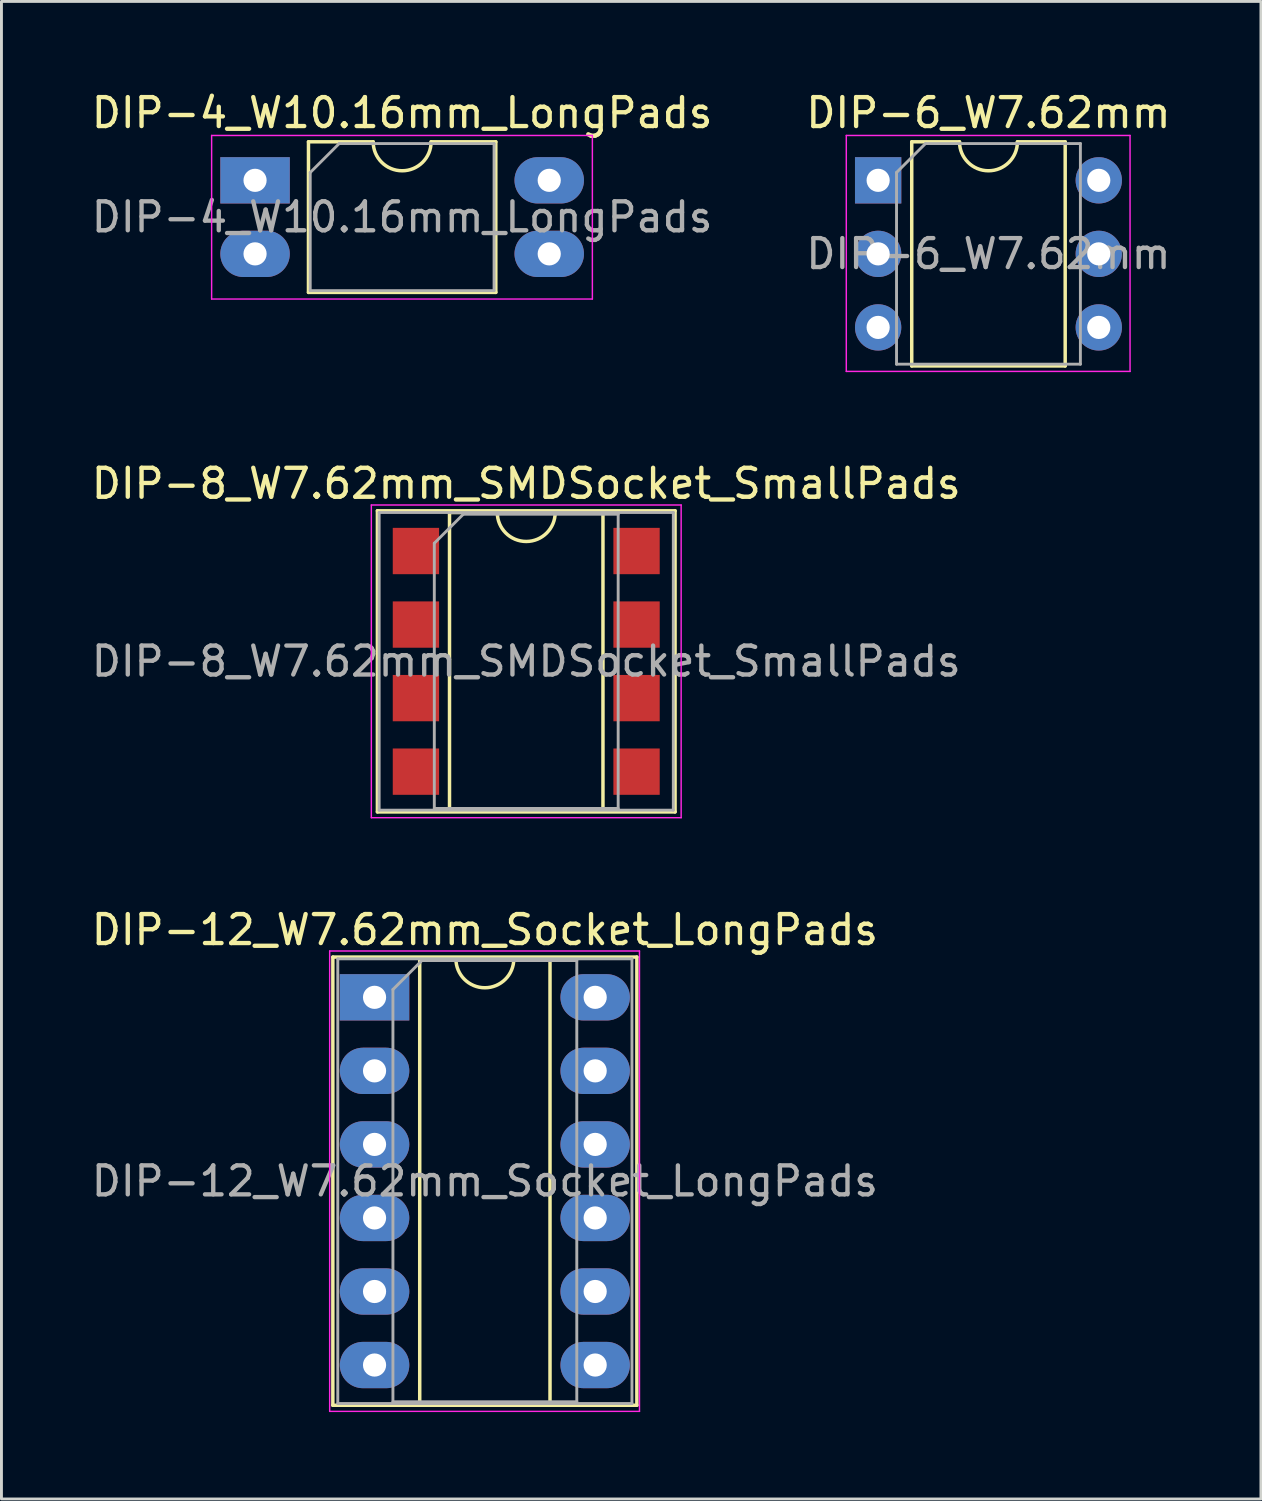
<source format=kicad_pcb>
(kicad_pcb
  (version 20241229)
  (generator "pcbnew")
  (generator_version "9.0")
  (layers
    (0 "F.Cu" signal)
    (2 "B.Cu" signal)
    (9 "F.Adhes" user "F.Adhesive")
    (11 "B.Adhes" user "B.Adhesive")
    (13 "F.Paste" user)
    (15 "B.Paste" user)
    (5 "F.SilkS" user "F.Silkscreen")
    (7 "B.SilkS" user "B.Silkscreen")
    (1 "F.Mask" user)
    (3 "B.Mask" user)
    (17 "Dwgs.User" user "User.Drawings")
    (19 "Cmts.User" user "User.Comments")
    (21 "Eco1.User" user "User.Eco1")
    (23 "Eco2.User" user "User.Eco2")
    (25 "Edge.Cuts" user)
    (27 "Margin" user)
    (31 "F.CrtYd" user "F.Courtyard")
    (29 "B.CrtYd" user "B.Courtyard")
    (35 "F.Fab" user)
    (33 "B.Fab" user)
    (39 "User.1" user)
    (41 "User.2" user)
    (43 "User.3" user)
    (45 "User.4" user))
  (footprint "DIP-4_W10.16mm_LongPads"
    (layer "F.Cu")
    (at 5.759 3.178)
    (property "Reference" "DIP-4_W10.16mm_LongPads" (at 5.08 -2.33 0) (layer "F.SilkS") (effects (font (size 1 1) (thickness 0.15))))
    (attr through_hole)
    (fp_line (start 1.845 -1.33) (end 1.845 3.87) (stroke (width 0.12) (type solid)) (layer "F.SilkS"))
    (fp_line (start 1.845 3.87) (end 8.315 3.87) (stroke (width 0.12) (type solid)) (layer "F.SilkS"))
    (fp_line (start 4.08 -1.33) (end 1.845 -1.33) (stroke (width 0.12) (type solid)) (layer "F.SilkS"))
    (fp_line (start 8.315 -1.33) (end 6.08 -1.33) (stroke (width 0.12) (type solid)) (layer "F.SilkS"))
    (fp_line (start 8.315 3.87) (end 8.315 -1.33) (stroke (width 0.12) (type solid)) (layer "F.SilkS"))
    (fp_arc (start 6.08 -1.33) (mid 5.08 -0.33) (end 4.08 -1.33) (stroke (width 0.12) (type solid)) (layer "F.SilkS"))
    (fp_line (start -1.5 -1.55) (end -1.5 4.1) (stroke (width 0.05) (type solid)) (layer "F.CrtYd"))
    (fp_line (start -1.5 4.1) (end 11.65 4.1) (stroke (width 0.05) (type solid)) (layer "F.CrtYd"))
    (fp_line (start 11.65 -1.55) (end -1.5 -1.55) (stroke (width 0.05) (type solid)) (layer "F.CrtYd"))
    (fp_line (start 11.65 4.1) (end 11.65 -1.55) (stroke (width 0.05) (type solid)) (layer "F.CrtYd"))
    (fp_line (start 1.905 -0.27) (end 2.905 -1.27) (stroke (width 0.1) (type solid)) (layer "F.Fab"))
    (fp_line (start 1.905 3.81) (end 1.905 -0.27) (stroke (width 0.1) (type solid)) (layer "F.Fab"))
    (fp_line (start 2.905 -1.27) (end 8.255 -1.27) (stroke (width 0.1) (type solid)) (layer "F.Fab"))
    (fp_line (start 8.255 -1.27) (end 8.255 3.81) (stroke (width 0.1) (type solid)) (layer "F.Fab"))
    (fp_line (start 8.255 3.81) (end 1.905 3.81) (stroke (width 0.1) (type solid)) (layer "F.Fab"))
    (fp_text user "${REFERENCE}" (at 5.08 1.27 0) (layer "F.Fab") (effects (font (size 1 1) (thickness 0.15))))
    (pad "1" thru_hole rect (at 0 0) (size 2.4 1.6) (drill 0.8) (layers "*.Cu" "*.Mask"))
    (pad "2" thru_hole oval (at 0 2.54) (size 2.4 1.6) (drill 0.8) (layers "*.Cu" "*.Mask"))
    (pad "3" thru_hole oval (at 10.16 2.54) (size 2.4 1.6) (drill 0.8) (layers "*.Cu" "*.Mask"))
    (pad "4" thru_hole oval (at 10.16 0) (size 2.4 1.6) (drill 0.8) (layers "*.Cu" "*.Mask")))
  (footprint "DIP-12_W7.62mm_Socket_LongPads"
    (layer "F.Cu")
    (at 9.886 31.395)
    (property "Reference" "DIP-12_W7.62mm_Socket_LongPads" (at 3.81 -2.33 0) (layer "F.SilkS") (effects (font (size 1 1) (thickness 0.15))))
    (attr through_hole)
    (fp_line (start -1.44 -1.39) (end -1.44 14.09) (stroke (width 0.12) (type solid)) (layer "F.SilkS"))
    (fp_line (start -1.44 14.09) (end 9.06 14.09) (stroke (width 0.12) (type solid)) (layer "F.SilkS"))
    (fp_line (start 1.56 -1.33) (end 1.56 14.03) (stroke (width 0.12) (type solid)) (layer "F.SilkS"))
    (fp_line (start 1.56 14.03) (end 6.06 14.03) (stroke (width 0.12) (type solid)) (layer "F.SilkS"))
    (fp_line (start 2.81 -1.33) (end 1.56 -1.33) (stroke (width 0.12) (type solid)) (layer "F.SilkS"))
    (fp_line (start 6.06 -1.33) (end 4.81 -1.33) (stroke (width 0.12) (type solid)) (layer "F.SilkS"))
    (fp_line (start 6.06 14.03) (end 6.06 -1.33) (stroke (width 0.12) (type solid)) (layer "F.SilkS"))
    (fp_line (start 9.06 -1.39) (end -1.44 -1.39) (stroke (width 0.12) (type solid)) (layer "F.SilkS"))
    (fp_line (start 9.06 14.09) (end 9.06 -1.39) (stroke (width 0.12) (type solid)) (layer "F.SilkS"))
    (fp_arc (start 4.81 -1.33) (mid 3.81 -0.33) (end 2.81 -1.33) (stroke (width 0.12) (type solid)) (layer "F.SilkS"))
    (fp_line (start -1.55 -1.6) (end -1.55 14.3) (stroke (width 0.05) (type solid)) (layer "F.CrtYd"))
    (fp_line (start -1.55 14.3) (end 9.15 14.3) (stroke (width 0.05) (type solid)) (layer "F.CrtYd"))
    (fp_line (start 9.15 -1.6) (end -1.55 -1.6) (stroke (width 0.05) (type solid)) (layer "F.CrtYd"))
    (fp_line (start 9.15 14.3) (end 9.15 -1.6) (stroke (width 0.05) (type solid)) (layer "F.CrtYd"))
    (fp_line (start -1.27 -1.33) (end -1.27 14.03) (stroke (width 0.1) (type solid)) (layer "F.Fab"))
    (fp_line (start -1.27 14.03) (end 8.89 14.03) (stroke (width 0.1) (type solid)) (layer "F.Fab"))
    (fp_line (start 0.635 -0.27) (end 1.635 -1.27) (stroke (width 0.1) (type solid)) (layer "F.Fab"))
    (fp_line (start 0.635 13.97) (end 0.635 -0.27) (stroke (width 0.1) (type solid)) (layer "F.Fab"))
    (fp_line (start 1.635 -1.27) (end 6.985 -1.27) (stroke (width 0.1) (type solid)) (layer "F.Fab"))
    (fp_line (start 6.985 -1.27) (end 6.985 13.97) (stroke (width 0.1) (type solid)) (layer "F.Fab"))
    (fp_line (start 6.985 13.97) (end 0.635 13.97) (stroke (width 0.1) (type solid)) (layer "F.Fab"))
    (fp_line (start 8.89 -1.33) (end -1.27 -1.33) (stroke (width 0.1) (type solid)) (layer "F.Fab"))
    (fp_line (start 8.89 14.03) (end 8.89 -1.33) (stroke (width 0.1) (type solid)) (layer "F.Fab"))
    (fp_text user "${REFERENCE}" (at 3.81 6.35 0) (layer "F.Fab") (effects (font (size 1 1) (thickness 0.15))))
    (pad "1" thru_hole rect (at 0 0) (size 2.4 1.6) (drill 0.8) (layers "*.Cu" "*.Mask"))
    (pad "2" thru_hole oval (at 0 2.54) (size 2.4 1.6) (drill 0.8) (layers "*.Cu" "*.Mask"))
    (pad "3" thru_hole oval (at 0 5.08) (size 2.4 1.6) (drill 0.8) (layers "*.Cu" "*.Mask"))
    (pad "4" thru_hole oval (at 0 7.62) (size 2.4 1.6) (drill 0.8) (layers "*.Cu" "*.Mask"))
    (pad "5" thru_hole oval (at 0 10.16) (size 2.4 1.6) (drill 0.8) (layers "*.Cu" "*.Mask"))
    (pad "6" thru_hole oval (at 0 12.7) (size 2.4 1.6) (drill 0.8) (layers "*.Cu" "*.Mask"))
    (pad "7" thru_hole oval (at 7.62 12.7) (size 2.4 1.6) (drill 0.8) (layers "*.Cu" "*.Mask"))
    (pad "8" thru_hole oval (at 7.62 10.16) (size 2.4 1.6) (drill 0.8) (layers "*.Cu" "*.Mask"))
    (pad "9" thru_hole oval (at 7.62 7.62) (size 2.4 1.6) (drill 0.8) (layers "*.Cu" "*.Mask"))
    (pad "10" thru_hole oval (at 7.62 5.08) (size 2.4 1.6) (drill 0.8) (layers "*.Cu" "*.Mask"))
    (pad "11" thru_hole oval (at 7.62 2.54) (size 2.4 1.6) (drill 0.8) (layers "*.Cu" "*.Mask"))
    (pad "12" thru_hole oval (at 7.62 0) (size 2.4 1.6) (drill 0.8) (layers "*.Cu" "*.Mask")))
  (footprint "DIP-8_W7.62mm_SMDSocket_SmallPads"
    (layer "F.Cu")
    (at 15.125 19.791)
    (property "Reference" "DIP-8_W7.62mm_SMDSocket_SmallPads" (at 0 -6.14 0) (layer "F.SilkS") (effects (font (size 1 1) (thickness 0.15))))
    (attr smd)
    (fp_line (start -5.14 -5.2) (end -5.14 5.2) (stroke (width 0.12) (type solid)) (layer "F.SilkS"))
    (fp_line (start -5.14 5.2) (end 5.14 5.2) (stroke (width 0.12) (type solid)) (layer "F.SilkS"))
    (fp_line (start -2.65 -5.14) (end -2.65 5.14) (stroke (width 0.12) (type solid)) (layer "F.SilkS"))
    (fp_line (start -2.65 5.14) (end 2.65 5.14) (stroke (width 0.12) (type solid)) (layer "F.SilkS"))
    (fp_line (start -1 -5.14) (end -2.65 -5.14) (stroke (width 0.12) (type solid)) (layer "F.SilkS"))
    (fp_line (start 2.65 -5.14) (end 1 -5.14) (stroke (width 0.12) (type solid)) (layer "F.SilkS"))
    (fp_line (start 2.65 5.14) (end 2.65 -5.14) (stroke (width 0.12) (type solid)) (layer "F.SilkS"))
    (fp_line (start 5.14 -5.2) (end -5.14 -5.2) (stroke (width 0.12) (type solid)) (layer "F.SilkS"))
    (fp_line (start 5.14 5.2) (end 5.14 -5.2) (stroke (width 0.12) (type solid)) (layer "F.SilkS"))
    (fp_arc (start 1 -5.14) (mid 0 -4.14) (end -1 -5.14) (stroke (width 0.12) (type solid)) (layer "F.SilkS"))
    (fp_line (start -5.35 -5.4) (end -5.35 5.4) (stroke (width 0.05) (type solid)) (layer "F.CrtYd"))
    (fp_line (start -5.35 5.4) (end 5.35 5.4) (stroke (width 0.05) (type solid)) (layer "F.CrtYd"))
    (fp_line (start 5.35 -5.4) (end -5.35 -5.4) (stroke (width 0.05) (type solid)) (layer "F.CrtYd"))
    (fp_line (start 5.35 5.4) (end 5.35 -5.4) (stroke (width 0.05) (type solid)) (layer "F.CrtYd"))
    (fp_line (start -5.08 -5.14) (end -5.08 5.14) (stroke (width 0.1) (type solid)) (layer "F.Fab"))
    (fp_line (start -5.08 5.14) (end 5.08 5.14) (stroke (width 0.1) (type solid)) (layer "F.Fab"))
    (fp_line (start -3.175 -4.08) (end -2.175 -5.08) (stroke (width 0.1) (type solid)) (layer "F.Fab"))
    (fp_line (start -3.175 5.08) (end -3.175 -4.08) (stroke (width 0.1) (type solid)) (layer "F.Fab"))
    (fp_line (start -2.175 -5.08) (end 3.175 -5.08) (stroke (width 0.1) (type solid)) (layer "F.Fab"))
    (fp_line (start 3.175 -5.08) (end 3.175 5.08) (stroke (width 0.1) (type solid)) (layer "F.Fab"))
    (fp_line (start 3.175 5.08) (end -3.175 5.08) (stroke (width 0.1) (type solid)) (layer "F.Fab"))
    (fp_line (start 5.08 -5.14) (end -5.08 -5.14) (stroke (width 0.1) (type solid)) (layer "F.Fab"))
    (fp_line (start 5.08 5.14) (end 5.08 -5.14) (stroke (width 0.1) (type solid)) (layer "F.Fab"))
    (fp_text user "${REFERENCE}" (at 0 0 0) (layer "F.Fab") (effects (font (size 1 1) (thickness 0.15))))
    (pad "1" smd rect (at -3.81 -3.81) (size 1.6 1.6) (layers "F.Cu" "F.Mask" "F.Paste"))
    (pad "2" smd rect (at -3.81 -1.27) (size 1.6 1.6) (layers "F.Cu" "F.Mask" "F.Paste"))
    (pad "3" smd rect (at -3.81 1.27) (size 1.6 1.6) (layers "F.Cu" "F.Mask" "F.Paste"))
    (pad "4" smd rect (at -3.81 3.81) (size 1.6 1.6) (layers "F.Cu" "F.Mask" "F.Paste"))
    (pad "5" smd rect (at 3.81 3.81) (size 1.6 1.6) (layers "F.Cu" "F.Mask" "F.Paste"))
    (pad "6" smd rect (at 3.81 1.27) (size 1.6 1.6) (layers "F.Cu" "F.Mask" "F.Paste"))
    (pad "7" smd rect (at 3.81 -1.27) (size 1.6 1.6) (layers "F.Cu" "F.Mask" "F.Paste"))
    (pad "8" smd rect (at 3.81 -3.81) (size 1.6 1.6) (layers "F.Cu" "F.Mask" "F.Paste")))
  (footprint "DIP-6_W7.62mm"
    (layer "F.Cu")
    (at 27.279 3.178)
    (property "Reference" "DIP-6_W7.62mm" (at 3.81 -2.33 0) (layer "F.SilkS") (effects (font (size 1 1) (thickness 0.15))))
    (attr through_hole)
    (fp_line (start 1.16 -1.33) (end 1.16 6.41) (stroke (width 0.12) (type solid)) (layer "F.SilkS"))
    (fp_line (start 1.16 6.41) (end 6.46 6.41) (stroke (width 0.12) (type solid)) (layer "F.SilkS"))
    (fp_line (start 2.81 -1.33) (end 1.16 -1.33) (stroke (width 0.12) (type solid)) (layer "F.SilkS"))
    (fp_line (start 6.46 -1.33) (end 4.81 -1.33) (stroke (width 0.12) (type solid)) (layer "F.SilkS"))
    (fp_line (start 6.46 6.41) (end 6.46 -1.33) (stroke (width 0.12) (type solid)) (layer "F.SilkS"))
    (fp_arc (start 4.81 -1.33) (mid 3.81 -0.33) (end 2.81 -1.33) (stroke (width 0.12) (type solid)) (layer "F.SilkS"))
    (fp_line (start -1.1 -1.55) (end -1.1 6.6) (stroke (width 0.05) (type solid)) (layer "F.CrtYd"))
    (fp_line (start -1.1 6.6) (end 8.7 6.6) (stroke (width 0.05) (type solid)) (layer "F.CrtYd"))
    (fp_line (start 8.7 -1.55) (end -1.1 -1.55) (stroke (width 0.05) (type solid)) (layer "F.CrtYd"))
    (fp_line (start 8.7 6.6) (end 8.7 -1.55) (stroke (width 0.05) (type solid)) (layer "F.CrtYd"))
    (fp_line (start 0.635 -0.27) (end 1.635 -1.27) (stroke (width 0.1) (type solid)) (layer "F.Fab"))
    (fp_line (start 0.635 6.35) (end 0.635 -0.27) (stroke (width 0.1) (type solid)) (layer "F.Fab"))
    (fp_line (start 1.635 -1.27) (end 6.985 -1.27) (stroke (width 0.1) (type solid)) (layer "F.Fab"))
    (fp_line (start 6.985 -1.27) (end 6.985 6.35) (stroke (width 0.1) (type solid)) (layer "F.Fab"))
    (fp_line (start 6.985 6.35) (end 0.635 6.35) (stroke (width 0.1) (type solid)) (layer "F.Fab"))
    (fp_text user "${REFERENCE}" (at 3.81 2.54 0) (layer "F.Fab") (effects (font (size 1 1) (thickness 0.15))))
    (pad "1" thru_hole rect (at 0 0) (size 1.6 1.6) (drill 0.8) (layers "*.Cu" "*.Mask"))
    (pad "2" thru_hole oval (at 0 2.54) (size 1.6 1.6) (drill 0.8) (layers "*.Cu" "*.Mask"))
    (pad "3" thru_hole oval (at 0 5.08) (size 1.6 1.6) (drill 0.8) (layers "*.Cu" "*.Mask"))
    (pad "4" thru_hole oval (at 7.62 5.08) (size 1.6 1.6) (drill 0.8) (layers "*.Cu" "*.Mask"))
    (pad "5" thru_hole oval (at 7.62 2.54) (size 1.6 1.6) (drill 0.8) (layers "*.Cu" "*.Mask"))
    (pad "6" thru_hole oval (at 7.62 0) (size 1.6 1.6) (drill 0.8) (layers "*.Cu" "*.Mask")))
  (gr_rect
    (start -3 -3)
    (end 40.5 48.72)
    (stroke (width 0.1) (type default))
    (fill no)
    (layer "Edge.Cuts")))
</source>
